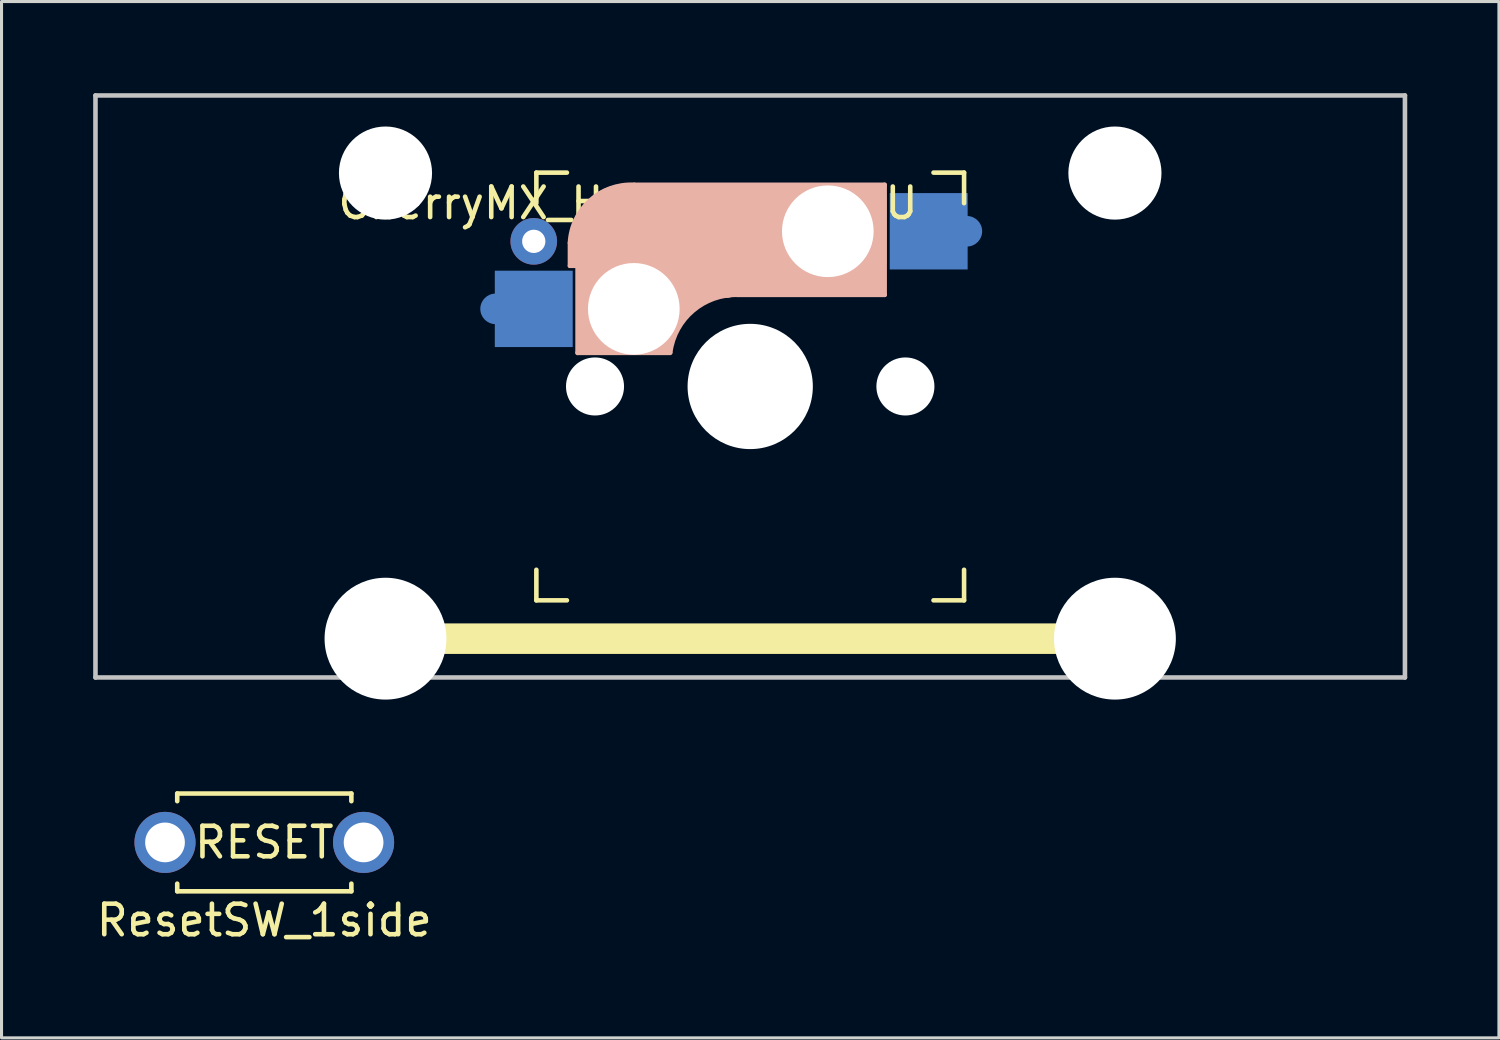
<source format=kicad_pcb>
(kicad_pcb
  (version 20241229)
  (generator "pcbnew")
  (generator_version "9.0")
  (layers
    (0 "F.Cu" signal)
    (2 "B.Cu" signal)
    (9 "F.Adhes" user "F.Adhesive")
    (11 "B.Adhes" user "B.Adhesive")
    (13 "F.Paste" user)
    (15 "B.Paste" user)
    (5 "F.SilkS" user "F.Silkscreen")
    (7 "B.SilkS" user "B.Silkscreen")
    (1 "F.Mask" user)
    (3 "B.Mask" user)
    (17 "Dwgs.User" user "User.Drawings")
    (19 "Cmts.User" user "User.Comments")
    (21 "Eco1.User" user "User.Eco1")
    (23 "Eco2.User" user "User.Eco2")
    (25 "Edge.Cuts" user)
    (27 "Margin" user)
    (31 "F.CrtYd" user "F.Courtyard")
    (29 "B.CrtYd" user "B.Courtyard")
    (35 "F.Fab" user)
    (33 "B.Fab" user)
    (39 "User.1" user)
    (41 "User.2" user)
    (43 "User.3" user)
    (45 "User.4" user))
  (footprint "ResetSW_1side"
    (layer "F.Cu")
    (at 5.601 24.524)
    (property "Reference" "ResetSW_1side" (at 0 2.55 0) (layer "F.SilkS") (effects (font (size 1 1) (thickness 0.15))))
    (attr through_hole)
    (fp_line (start -2.85 -1.6) (end -2.85 -1.35) (stroke (width 0.15) (type solid)) (layer "F.SilkS"))
    (fp_line (start -2.85 -1.6) (end 2.85 -1.6) (stroke (width 0.15) (type solid)) (layer "F.SilkS"))
    (fp_line (start -2.85 1.6) (end -2.85 1.35) (stroke (width 0.15) (type solid)) (layer "F.SilkS"))
    (fp_line (start -2.85 1.6) (end 2.85 1.6) (stroke (width 0.15) (type solid)) (layer "F.SilkS"))
    (fp_line (start 2.85 -1.6) (end 2.85 -1.35) (stroke (width 0.15) (type solid)) (layer "F.SilkS"))
    (fp_line (start 2.85 1.6) (end 2.85 1.35) (stroke (width 0.15) (type solid)) (layer "F.SilkS"))
    (fp_text user "RESET" (at 0 0 0) (layer "F.SilkS") (effects (font (size 1 1) (thickness 0.15))))
    (pad "1" thru_hole circle (at 3.25 0) (size 2 2) (drill 1.3) (layers "*.Cu" "B.Mask"))
    (pad "2" thru_hole circle (at -3.25 0) (size 2 2) (drill 1.3) (layers "*.Cu" "B.Mask")))
  (footprint "CherryMX_Hotswap_2.25U"
    (layer "F.Cu")
    (at 21.506 9.6)
    (property "Reference" "CherryMX_Hotswap_2.25U" (at -4 -6 0) (layer "F.SilkS") (effects (font (size 1 1) (thickness 0.15))))
    (attr through_hole)
    (fp_line (start -10 8.255) (end 10 8.255) (stroke (width 1) (type solid)) (layer "F.SilkS"))
    (fp_line (start -7 -7) (end -6 -7) (stroke (width 0.15) (type solid)) (layer "F.SilkS"))
    (fp_line (start -7 -6) (end -7 -7) (stroke (width 0.15) (type solid)) (layer "F.SilkS"))
    (fp_line (start -7 6) (end -7 7) (stroke (width 0.15) (type solid)) (layer "F.SilkS"))
    (fp_line (start -7 7) (end -6 7) (stroke (width 0.15) (type solid)) (layer "F.SilkS"))
    (fp_line (start 6 7) (end 7 7) (stroke (width 0.15) (type solid)) (layer "F.SilkS"))
    (fp_line (start 7 -7) (end 6 -7) (stroke (width 0.15) (type solid)) (layer "F.SilkS"))
    (fp_line (start 7 -7) (end 7 -6) (stroke (width 0.15) (type solid)) (layer "F.SilkS"))
    (fp_line (start 7 7) (end 7 6) (stroke (width 0.15) (type solid)) (layer "F.SilkS"))
    (fp_line (start -5.9 -4.7) (end -5.9 -3.95) (stroke (width 0.15) (type solid)) (layer "B.SilkS"))
    (fp_line (start -5.9 -3.95) (end -5.7 -3.95) (stroke (width 0.15) (type solid)) (layer "B.SilkS"))
    (fp_line (start -5.8 -4.05) (end -5.8 -4.7) (stroke (width 0.3) (type solid)) (layer "B.SilkS"))
    (fp_line (start -5.65 -5.55) (end -5.65 -1.1) (stroke (width 0.15) (type solid)) (layer "B.SilkS"))
    (fp_line (start -5.65 -1.1) (end -2.62 -1.1) (stroke (width 0.15) (type solid)) (layer "B.SilkS"))
    (fp_line (start -5.45 -1.3) (end -3 -1.3) (stroke (width 0.5) (type solid)) (layer "B.SilkS"))
    (fp_line (start -5.3 -1.6) (end -5.3 -3.4) (stroke (width 0.8) (type solid)) (layer "B.SilkS"))
    (fp_line (start -4.17 -5.1) (end -4.17 -2.86) (stroke (width 3) (type solid)) (layer "B.SilkS"))
    (fp_line (start -0.4 -3) (end 4.4 -3) (stroke (width 0.15) (type solid)) (layer "B.SilkS"))
    (fp_line (start 2.6 -4.8) (end -4.1 -4.8) (stroke (width 3.5) (type solid)) (layer "B.SilkS"))
    (fp_line (start 3.9 -6) (end 3.9 -3.5) (stroke (width 1) (type solid)) (layer "B.SilkS"))
    (fp_line (start 4.2 -3.25) (end 2.9 -3.3) (stroke (width 0.5) (type solid)) (layer "B.SilkS"))
    (fp_line (start 4.25 -6.4) (end 3 -6.4) (stroke (width 0.4) (type solid)) (layer "B.SilkS"))
    (fp_line (start 4.38 -4) (end 4.38 -6.25) (stroke (width 0.15) (type solid)) (layer "B.SilkS"))
    (fp_line (start 4.4 -6.6) (end -3.8 -6.6) (stroke (width 0.15) (type solid)) (layer "B.SilkS"))
    (fp_line (start 4.4 -3) (end 4.4 -6.6) (stroke (width 0.15) (type solid)) (layer "B.SilkS"))
    (fp_arc (start -5.9 -4.699999) (mid -5.243504 -6.084924) (end -3.800001 -6.6) (stroke (width 0.15) (type solid)) (layer "B.SilkS"))
    (fp_arc (start -2.99603 -1.549409) (mid -2.241598 -2.895205) (end -0.783682 -3.4) (stroke (width 1) (type solid)) (layer "B.SilkS"))
    (fp_arc (start -2.616318 -1.121471) (mid -1.868709 -2.486118) (end -0.4 -3) (stroke (width 0.15) (type solid)) (layer "B.SilkS"))
    (fp_line (start -21.431 -9.525) (end 21.431 -9.525) (stroke (width 0.15) (type solid)) (layer "Dwgs.User"))
    (fp_line (start -21.431 9.525) (end -21.431 -9.525) (stroke (width 0.15) (type solid)) (layer "Dwgs.User"))
    (fp_line (start -21.431 9.525) (end 21.431 9.525) (stroke (width 0.15) (type solid)) (layer "Dwgs.User"))
    (fp_line (start 21.431 -9.525) (end 21.431 9.525) (stroke (width 0.15) (type solid)) (layer "Dwgs.User"))
    (fp_line (start -16.096 -2.298) (end -16.096 0.501) (stroke (width 0.1) (type solid)) (layer "Eco1.User"))
    (fp_line (start -16.096 0.501) (end -15.27 0.501) (stroke (width 0.1) (type solid)) (layer "Eco1.User"))
    (fp_line (start -15.27 -5.528) (end -15.27 -2.298) (stroke (width 0.1) (type solid)) (layer "Eco1.User"))
    (fp_line (start -15.27 -2.298) (end -16.096 -2.298) (stroke (width 0.1) (type solid)) (layer "Eco1.User"))
    (fp_line (start -15.27 0.501) (end -15.27 6.771) (stroke (width 0.1) (type solid)) (layer "Eco1.User"))
    (fp_line (start -15.27 6.771) (end -13.545 6.771) (stroke (width 0.1) (type solid)) (layer "Eco1.User"))
    (fp_line (start -13.545 -6.45) (end -13.545 -5.528) (stroke (width 0.1) (type solid)) (layer "Eco1.User"))
    (fp_line (start -13.545 -5.528) (end -15.27 -5.528) (stroke (width 0.1) (type solid)) (layer "Eco1.User"))
    (fp_line (start -13.545 6.771) (end -13.545 7.752) (stroke (width 0.1) (type solid)) (layer "Eco1.User"))
    (fp_line (start -13.545 7.752) (end -10.246 7.752) (stroke (width 0.1) (type solid)) (layer "Eco1.User"))
    (fp_line (start -10.246 -6.45) (end -13.545 -6.45) (stroke (width 0.1) (type solid)) (layer "Eco1.User"))
    (fp_line (start -10.246 -5.528) (end -10.246 -6.45) (stroke (width 0.1) (type solid)) (layer "Eco1.User"))
    (fp_line (start -10.246 6.771) (end -8.521 6.771) (stroke (width 0.1) (type solid)) (layer "Eco1.User"))
    (fp_line (start -10.246 7.752) (end -10.246 6.771) (stroke (width 0.1) (type solid)) (layer "Eco1.User"))
    (fp_line (start -8.521 -5.528) (end -10.246 -5.528) (stroke (width 0.1) (type solid)) (layer "Eco1.User"))
    (fp_line (start -8.521 -2.298) (end -8.521 -5.528) (stroke (width 0.1) (type solid)) (layer "Eco1.User"))
    (fp_line (start -8.521 2.302) (end -6.995 2.302) (stroke (width 0.1) (type solid)) (layer "Eco1.User"))
    (fp_line (start -8.521 6.771) (end -8.521 2.302) (stroke (width 0.1) (type solid)) (layer "Eco1.User"))
    (fp_line (start -6.995 -6.998) (end -6.995 -2.298) (stroke (width 0.1) (type solid)) (layer "Eco1.User"))
    (fp_line (start -6.995 -2.298) (end -8.521 -2.298) (stroke (width 0.1) (type solid)) (layer "Eco1.User"))
    (fp_line (start -6.995 2.302) (end -6.995 7.001) (stroke (width 0.1) (type solid)) (layer "Eco1.User"))
    (fp_line (start -6.995 7.001) (end 7.004 7.001) (stroke (width 0.1) (type solid)) (layer "Eco1.User"))
    (fp_line (start 7.004 -6.998) (end -6.995 -6.998) (stroke (width 0.1) (type solid)) (layer "Eco1.User"))
    (fp_line (start 7.004 -2.298) (end 7.004 -6.998) (stroke (width 0.1) (type solid)) (layer "Eco1.User"))
    (fp_line (start 7.004 2.302) (end 8.53 2.302) (stroke (width 0.1) (type solid)) (layer "Eco1.User"))
    (fp_line (start 7.004 7.001) (end 7.004 2.302) (stroke (width 0.1) (type solid)) (layer "Eco1.User"))
    (fp_line (start 8.53 -5.528) (end 8.53 -2.298) (stroke (width 0.1) (type solid)) (layer "Eco1.User"))
    (fp_line (start 8.53 -2.298) (end 7.004 -2.298) (stroke (width 0.1) (type solid)) (layer "Eco1.User"))
    (fp_line (start 8.53 2.302) (end 8.53 6.771) (stroke (width 0.1) (type solid)) (layer "Eco1.User"))
    (fp_line (start 8.53 6.771) (end 10.255 6.771) (stroke (width 0.1) (type solid)) (layer "Eco1.User"))
    (fp_line (start 10.255 -6.45) (end 10.255 -5.528) (stroke (width 0.1) (type solid)) (layer "Eco1.User"))
    (fp_line (start 10.255 -5.528) (end 8.53 -5.528) (stroke (width 0.1) (type solid)) (layer "Eco1.User"))
    (fp_line (start 10.255 6.771) (end 10.255 7.752) (stroke (width 0.1) (type solid)) (layer "Eco1.User"))
    (fp_line (start 10.255 7.752) (end 13.554 7.752) (stroke (width 0.1) (type solid)) (layer "Eco1.User"))
    (fp_line (start 13.554 -6.45) (end 10.255 -6.45) (stroke (width 0.1) (type solid)) (layer "Eco1.User"))
    (fp_line (start 13.554 -5.528) (end 13.554 -6.45) (stroke (width 0.1) (type solid)) (layer "Eco1.User"))
    (fp_line (start 13.554 6.771) (end 15.279 6.771) (stroke (width 0.1) (type solid)) (layer "Eco1.User"))
    (fp_line (start 13.554 7.752) (end 13.554 6.771) (stroke (width 0.1) (type solid)) (layer "Eco1.User"))
    (fp_line (start 15.279 -5.528) (end 13.554 -5.528) (stroke (width 0.1) (type solid)) (layer "Eco1.User"))
    (fp_line (start 15.279 -2.298) (end 15.279 -5.528) (stroke (width 0.1) (type solid)) (layer "Eco1.User"))
    (fp_line (start 15.279 0.501) (end 16.105 0.501) (stroke (width 0.1) (type solid)) (layer "Eco1.User"))
    (fp_line (start 15.279 6.771) (end 15.279 0.501) (stroke (width 0.1) (type solid)) (layer "Eco1.User"))
    (fp_line (start 16.105 -2.298) (end 15.279 -2.298) (stroke (width 0.1) (type solid)) (layer "Eco1.User"))
    (fp_line (start 16.105 0.501) (end 16.105 -2.298) (stroke (width 0.1) (type solid)) (layer "Eco1.User"))
    (fp_line (start 0 0) (end 0 5) (stroke (width 0.05) (type solid)) (layer "Eco2.User"))
    (fp_line (start 0 0) (end 8.26 0) (stroke (width 0.05) (type solid)) (layer "Eco2.User"))
    (pad "" np_thru_hole circle (at -11.938 -6.985) (size 3.048 3.048) (drill 3.048) (layers "*.Cu" "*.Mask"))
    (pad "" np_thru_hole circle (at -11.938 8.255) (size 3.988 3.988) (drill 3.988) (layers "*.Cu" "*.Mask"))
    (pad "" np_thru_hole circle (at -5.08 0) (size 1.9 1.9) (drill 1.9) (layers "*.Cu" "*.Mask"))
    (pad "" np_thru_hole circle (at -3.81 -2.54) (size 3 3) (drill 3) (layers "*.Cu" "*.Mask"))
    (pad "" np_thru_hole circle (at 0 0 90) (size 4.1 4.1) (drill 4.1) (layers "*.Cu" "*.Mask"))
    (pad "" np_thru_hole circle (at 2.54 -5.08) (size 3 3) (drill 3) (layers "*.Cu" "*.Mask"))
    (pad "" np_thru_hole circle (at 5.08 0) (size 1.9 1.9) (drill 1.9) (layers "*.Cu" "*.Mask"))
    (pad "" np_thru_hole circle (at 11.938 -6.985) (size 3.048 3.048) (drill 3.048) (layers "*.Cu" "*.Mask"))
    (pad "" np_thru_hole circle (at 11.938 8.255) (size 3.988 3.988) (drill 3.988) (layers "*.Cu" "*.Mask"))
    (pad "1" smd circle (at -8.335 -2.54 180) (size 1 1) (layers "B.Cu" "B.Mask" "B.Paste"))
    (pad "1" thru_hole circle (at -7.085 -4.75) (size 1.524 1.524) (drill 0.762) (layers "*.Cu" "*.Mask"))
    (pad "1" smd custom (at -7.085 -2.54 180) (size 2.55 2.5) (layers "B.Cu" "B.Mask" "B.Paste") (options (anchor rect)) (primitives))
    (pad "2" smd custom (at 5.842 -5.08) (size 2.55 2.5) (layers "B.Cu" "B.Mask" "B.Paste") (options (anchor rect)) (primitives))
    (pad "2" smd circle (at 7.092 -5.08) (size 1 1) (layers "B.Cu" "B.Mask" "B.Paste")))
  (gr_rect
    (start -3 -3)
    (end 46.013 30.922)
    (stroke (width 0.1) (type default))
    (fill no)
    (layer "Edge.Cuts")))
</source>
